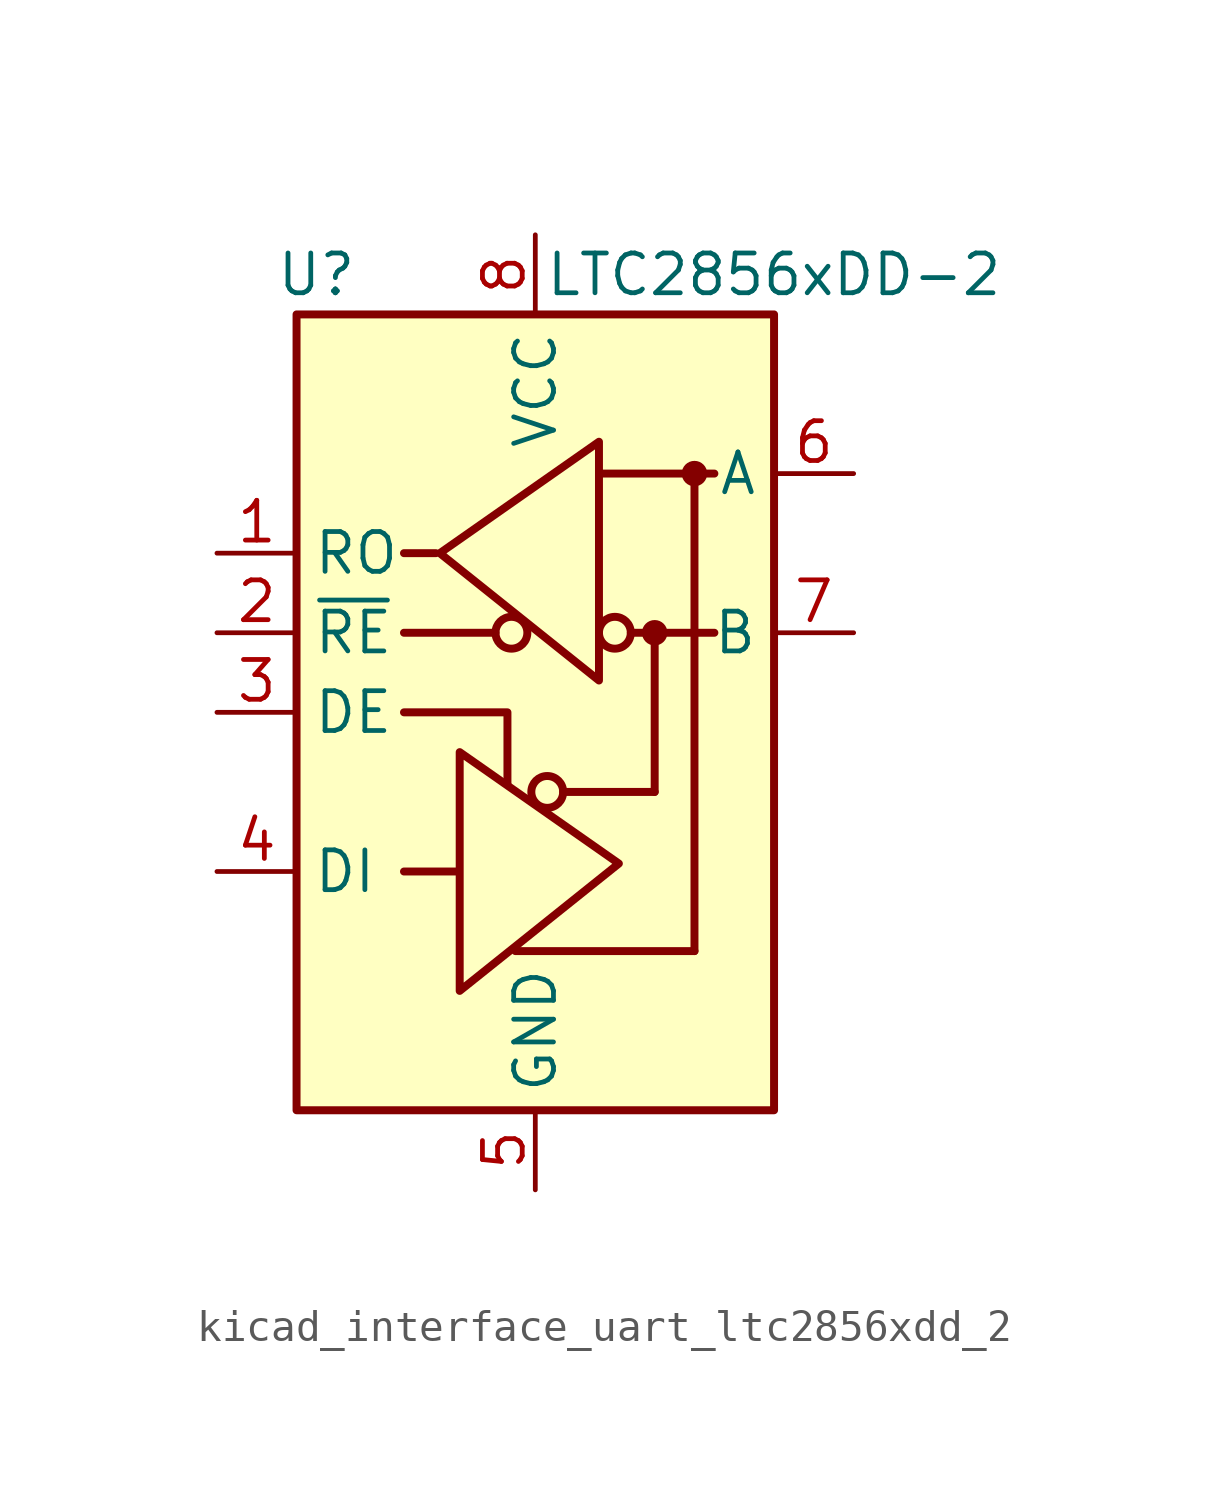
<source format=kicad_sym>
(kicad_symbol_lib
  (version 20220914)
  (generator kicad_symbol_editor)
  (symbol "kicad_interface_uart_ltc2856xdd_2"
    (property "Reference" "U"
      (at -6.985 13.97 0)
      (effects (font (size 1.27 1.27))))
    (property "Value" "LTC2856xDD-2"
      (at 7.62 13.97 0)
      (effects (font (size 1.27 1.27))))
    (symbol "kicad_interface_uart_ltc2856xdd_2_0_1"
      (rectangle (start -7.62 12.7) (end 7.62 -12.7) (stroke (width 0.254) (type default)) (fill (type background))))
    (symbol "kicad_interface_uart_ltc2856xdd_2_1_1"
      (circle (center -0.762 2.54) (radius 0.508) (stroke (width 0.254) (type default)) (fill (type none)))
      (polyline (pts (xy -4.191 2.54) (xy -1.27 2.54)) (stroke (width 0.254) (type default)) (fill (type none)))
      (polyline (pts (xy -2.54 -5.08) (xy -4.191 -5.08)) (stroke (width 0.254) (type default)) (fill (type none)))
      (polyline (pts (xy -0.635 -7.62) (xy 5.08 -7.62)) (stroke (width 0.254) (type default)) (fill (type none)))
      (polyline (pts (xy 0.889 -2.54) (xy 3.81 -2.54)) (stroke (width 0.254) (type default)) (fill (type none)))
      (polyline (pts (xy 2.032 7.62) (xy 5.715 7.62)) (stroke (width 0.254) (type default)) (fill (type none)))
      (polyline (pts (xy 3.048 2.54) (xy 5.715 2.54)) (stroke (width 0.254) (type default)) (fill (type none)))
      (polyline (pts (xy 3.81 -2.54) (xy 3.81 2.54)) (stroke (width 0.254) (type default)) (fill (type none)))
      (polyline (pts (xy 5.08 -7.62) (xy 5.08 7.62)) (stroke (width 0.254) (type default)) (fill (type none)))
      (polyline (pts (xy -4.191 0) (xy -0.889 0) (xy -0.889 -2.286)) (stroke (width 0.254) (type default)) (fill (type none)))
      (polyline (pts (xy -3.175 5.08) (xy -4.191 5.08) (xy -4.064 5.08)) (stroke (width 0.254) (type default)) (fill (type none)))
      (polyline (pts (xy -2.413 -5.08) (xy -2.413 -1.27) (xy 2.667 -4.826) (xy -2.413 -8.89) (xy -2.413 -5.08)) (stroke (width 0.254) (type default)) (fill (type none)))
      (polyline (pts (xy 2.032 4.826) (xy 2.032 8.636) (xy -3.048 5.08) (xy 2.032 1.016) (xy 2.032 4.826)) (stroke (width 0.254) (type default)) (fill (type none)))
      (circle (center 0.381 -2.54) (radius 0.508) (stroke (width 0.254) (type default)) (fill (type none)))
      (circle (center 2.54 2.54) (radius 0.508) (stroke (width 0.254) (type default)) (fill (type none)))
      (circle (center 3.81 2.54) (radius 0.279) (stroke (width 0.254) (type default)) (fill (type outline)))
      (circle (center 5.08 7.62) (radius 0.279) (stroke (width 0.254) (type default)) (fill (type outline)))
      (pin output line (at -10.16 5.08 0) (length 2.54) (name "RO" (effects (font (size 1.27 1.27)))) (number "1" (effects (font (size 1.27 1.27)))))
      (pin input line (at -10.16 2.54 0) (length 2.54) (name "~{RE}" (effects (font (size 1.27 1.27)))) (number "2" (effects (font (size 1.27 1.27)))))
      (pin input line (at -10.16 0 0) (length 2.54) (name "DE" (effects (font (size 1.27 1.27)))) (number "3" (effects (font (size 1.27 1.27)))))
      (pin input line (at -10.16 -5.08 0) (length 2.54) (name "DI" (effects (font (size 1.27 1.27)))) (number "4" (effects (font (size 1.27 1.27)))))
      (pin power_in line (at 0 -15.24 90) (length 2.54) (name "GND" (effects (font (size 1.27 1.27)))) (number "5" (effects (font (size 1.27 1.27)))))
      (pin bidirectional line (at 10.16 7.62 180) (length 2.54) (name "A" (effects (font (size 1.27 1.27)))) (number "6" (effects (font (size 1.27 1.27)))))
      (pin bidirectional line (at 10.16 2.54 180) (length 2.54) (name "B" (effects (font (size 1.27 1.27)))) (number "7" (effects (font (size 1.27 1.27)))))
      (pin power_in line (at 0 15.24 270) (length 2.54) (name "VCC" (effects (font (size 1.27 1.27)))) (number "8" (effects (font (size 1.27 1.27)))))
      (pin passive line (at 0 -15.24 90) (length 2.54) hide (name "GND" (effects (font (size 1.27 1.27)))) (number "9" (effects (font (size 1.27 1.27))))))))
</source>
